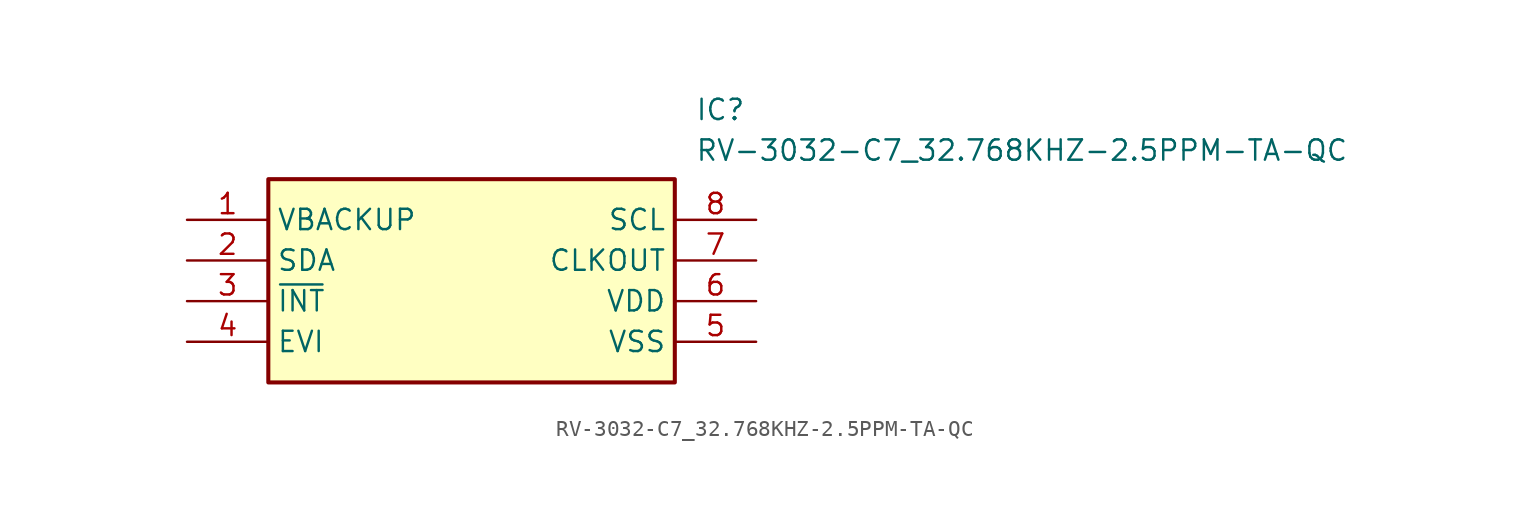
<source format=kicad_sym>
(kicad_symbol_lib
  (version 20211014)
  (generator SamacSys_ECAD_Model)
  (symbol "RV-3032-C7_32.768KHZ-2.5PPM-TA-QC"
    (property "Reference" "IC"
      (at 31.75 7.62 0)
      (effects (font (size 1.27 1.27)) (justify left top)))
    (property "Value" "RV-3032-C7_32.768KHZ-2.5PPM-TA-QC"
      (at 31.75 5.08 0)
      (effects (font (size 1.27 1.27)) (justify left top)))
    (rectangle
      (start 5.08 2.54)
      (end 30.48 -10.16)
      (stroke (width 0.254) (type default))
      (fill (type background)))
    (pin passive line
      (at 0 0 0)
      (length 5.08)
      (name "VBACKUP" (effects (font (size 1.27 1.27))))
      (number "1" (effects (font (size 1.27 1.27)))))
    (pin passive line
      (at 0 -2.54 0)
      (length 5.08)
      (name "SDA" (effects (font (size 1.27 1.27))))
      (number "2" (effects (font (size 1.27 1.27)))))
    (pin passive line
      (at 0 -5.08 0)
      (length 5.08)
      (name "~{INT}" (effects (font (size 1.27 1.27))))
      (number "3" (effects (font (size 1.27 1.27)))))
    (pin passive line
      (at 0 -7.62 0)
      (length 5.08)
      (name "EVI" (effects (font (size 1.27 1.27))))
      (number "4" (effects (font (size 1.27 1.27)))))
    (pin passive line
      (at 35.56 -7.62 180)
      (length 5.08)
      (name "VSS" (effects (font (size 1.27 1.27))))
      (number "5" (effects (font (size 1.27 1.27)))))
    (pin passive line
      (at 35.56 -5.08 180)
      (length 5.08)
      (name "VDD" (effects (font (size 1.27 1.27))))
      (number "6" (effects (font (size 1.27 1.27)))))
    (pin passive line
      (at 35.56 -2.54 180)
      (length 5.08)
      (name "CLKOUT" (effects (font (size 1.27 1.27))))
      (number "7" (effects (font (size 1.27 1.27)))))
    (pin passive line
      (at 35.56 0 180)
      (length 5.08)
      (name "SCL" (effects (font (size 1.27 1.27))))
      (number "8" (effects (font (size 1.27 1.27)))))))
</source>
